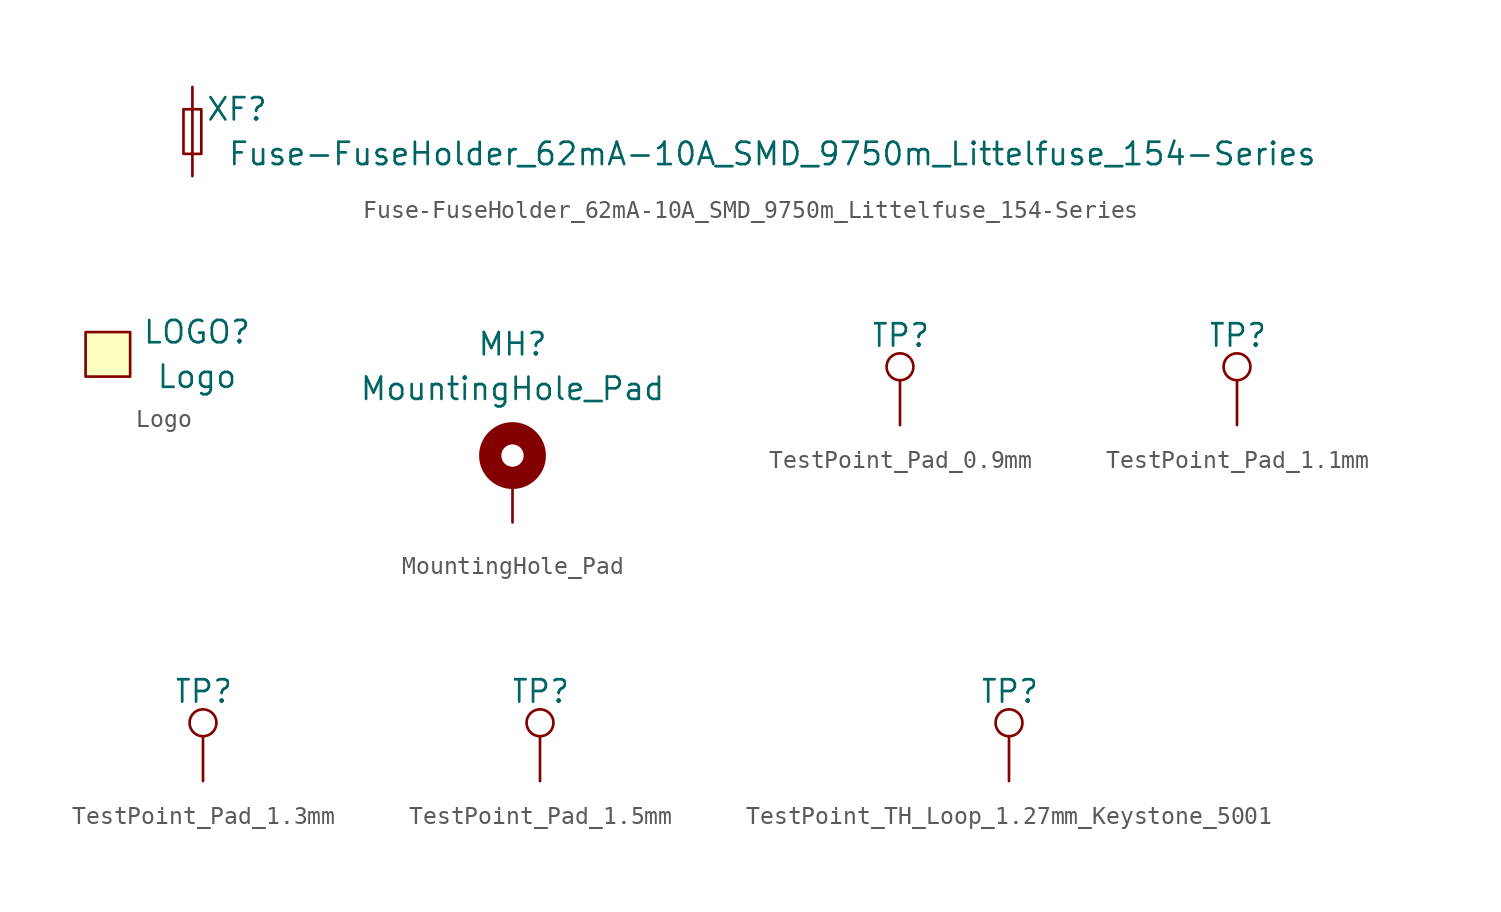
<source format=kicad_sym>
(kicad_symbol_lib
  (version 20211014)
  (generator kicad_symbol_editor)
  (symbol "Fuse-FuseHolder_62mA-10A_SMD_9750m_Littelfuse_154-Series"
    (pin_numbers hide)
    (pin_names
      (offset 1.27) hide)
    (property "Reference" "XF"
      (at 2.54 1.27 0)
      (effects (font (size 1.27 1.27))))
    (property "Value" "Fuse-FuseHolder_62mA-10A_SMD_9750m_Littelfuse_154-Series"
      (at 33.02 -1.27 0)
      (effects (font (size 1.27 1.27))))
    (symbol "Fuse-FuseHolder_62mA-10A_SMD_9750m_Littelfuse_154-Series_1_1"
      (rectangle (start -0.508 -1.27) (end 0.508 1.27) (stroke (width 0) (type default) (color 0 0 0 0)) (fill (type none)))
      (polyline (pts (xy 0 -1.27) (xy 0 1.27)) (stroke (width 0) (type default) (color 0 0 0 0)) (fill (type none)))
      (pin passive line (at 0 -2.54 90) (length 1.27) (name "~" (effects (font (size 1.27 1.27)))) (number "1" (effects (font (size 1.27 1.27)))))
      (pin passive line (at 0 2.54 270) (length 1.27) (name "~" (effects (font (size 1.27 1.27)))) (number "2" (effects (font (size 1.27 1.27)))))))
  (symbol "Logo"
    (pin_names
      (offset 1.27))
    (property "Reference" "LOGO"
      (at 5.08 1.27 0)
      (effects (font (size 1.27 1.27))))
    (property "Value" "Logo"
      (at 5.08 -1.27 0)
      (effects (font (size 1.27 1.27))))
    (symbol "Logo_0_1"
      (rectangle (start -1.27 -1.27) (end 1.27 1.27) (stroke (width 0) (type default) (color 0 0 0 0)) (fill (type background)))))
  (symbol "MountingHole_Pad"
    (pin_numbers hide)
    (pin_names
      (offset 1.27) hide)
    (property "Reference" "MH"
      (at 0 7.62 0)
      (effects (font (size 1.27 1.27))))
    (property "Value" "MountingHole_Pad"
      (at 0 5.08 0)
      (effects (font (size 1.27 1.27))))
    (symbol "MountingHole_Pad_1_1"
      (circle (center 0 1.27) (radius 1.27) (stroke (width 1.27) (type default) (color 0 0 0 0)) (fill (type none)))
      (pin passive line (at 0 -2.54 90) (length 2.54) (name "1" (effects (font (size 1.27 1.27)))) (number "1" (effects (font (size 1.27 1.27)))))))
  (symbol "TestPoint_Pad_0.9mm"
    (pin_numbers hide)
    (pin_names
      (offset 1.27) hide)
    (property "Reference" "TP"
      (at 0 5.08 0)
      (effects (font (size 1.27 1.27))))
    (symbol "TestPoint_Pad_0.9mm_1_1"
      (circle (center 0 3.302) (radius 0.762) (stroke (width 0) (type default) (color 0 0 0 0)) (fill (type none)))
      (pin passive line (at 0 0 90) (length 2.54) (name "1" (effects (font (size 1.27 1.27)))) (number "1" (effects (font (size 1.27 1.27)))))))
  (symbol "TestPoint_Pad_1.1mm"
    (pin_numbers hide)
    (pin_names
      (offset 1.27) hide)
    (property "Reference" "TP"
      (at 0 5.08 0)
      (effects (font (size 1.27 1.27))))
    (symbol "TestPoint_Pad_1.1mm_1_1"
      (circle (center 0 3.302) (radius 0.762) (stroke (width 0) (type default) (color 0 0 0 0)) (fill (type none)))
      (pin passive line (at 0 0 90) (length 2.54) (name "1" (effects (font (size 1.27 1.27)))) (number "1" (effects (font (size 1.27 1.27)))))))
  (symbol "TestPoint_Pad_1.3mm"
    (pin_numbers hide)
    (pin_names
      (offset 1.27) hide)
    (property "Reference" "TP"
      (at 0 5.08 0)
      (effects (font (size 1.27 1.27))))
    (symbol "TestPoint_Pad_1.3mm_1_1"
      (circle (center 0 3.302) (radius 0.762) (stroke (width 0) (type default) (color 0 0 0 0)) (fill (type none)))
      (pin passive line (at 0 0 90) (length 2.54) (name "1" (effects (font (size 1.27 1.27)))) (number "1" (effects (font (size 1.27 1.27)))))))
  (symbol "TestPoint_Pad_1.5mm"
    (pin_numbers hide)
    (pin_names
      (offset 1.27) hide)
    (property "Reference" "TP"
      (at 0 5.08 0)
      (effects (font (size 1.27 1.27))))
    (symbol "TestPoint_Pad_1.5mm_1_1"
      (circle (center 0 3.302) (radius 0.762) (stroke (width 0) (type default) (color 0 0 0 0)) (fill (type none)))
      (pin passive line (at 0 0 90) (length 2.54) (name "1" (effects (font (size 1.27 1.27)))) (number "1" (effects (font (size 1.27 1.27)))))))
  (symbol "TestPoint_TH_Loop_1.27mm_Keystone_5001"
    (pin_numbers hide)
    (pin_names
      (offset 1.27) hide)
    (property "Reference" "TP"
      (at 0 5.08 0)
      (effects (font (size 1.27 1.27))))
    (symbol "TestPoint_TH_Loop_1.27mm_Keystone_5001_1_1"
      (circle (center 0 3.302) (radius 0.762) (stroke (width 0) (type default) (color 0 0 0 0)) (fill (type none)))
      (pin passive line (at 0 0 90) (length 2.54) (name "1" (effects (font (size 1.27 1.27)))) (number "1" (effects (font (size 1.27 1.27))))))))
</source>
